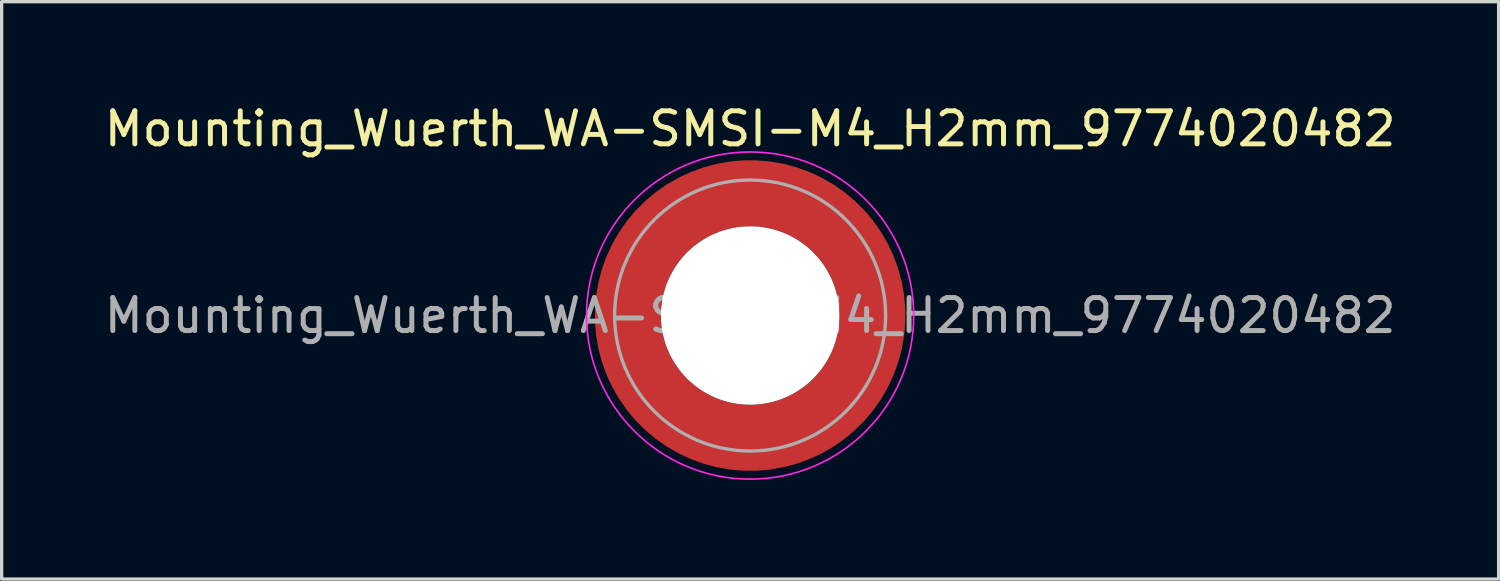
<source format=kicad_pcb>
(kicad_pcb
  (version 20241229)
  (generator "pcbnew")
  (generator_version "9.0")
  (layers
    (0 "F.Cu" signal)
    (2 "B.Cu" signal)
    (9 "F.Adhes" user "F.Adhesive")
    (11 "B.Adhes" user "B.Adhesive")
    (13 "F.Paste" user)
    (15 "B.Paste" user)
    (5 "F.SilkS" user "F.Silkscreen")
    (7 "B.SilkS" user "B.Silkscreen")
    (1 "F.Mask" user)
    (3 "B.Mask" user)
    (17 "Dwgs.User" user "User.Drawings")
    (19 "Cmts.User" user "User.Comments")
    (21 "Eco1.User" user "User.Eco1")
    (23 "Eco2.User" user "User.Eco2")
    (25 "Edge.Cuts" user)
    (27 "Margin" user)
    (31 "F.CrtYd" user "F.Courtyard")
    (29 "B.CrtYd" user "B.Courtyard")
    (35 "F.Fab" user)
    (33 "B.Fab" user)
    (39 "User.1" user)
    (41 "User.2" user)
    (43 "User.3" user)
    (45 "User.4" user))
  (footprint "Mounting_Wuerth_WA-SMSI-M4_H2mm_9774020482"
    (layer "F.Cu")
    (at 19.649 6.498)
    (property "Reference" "Mounting_Wuerth_WA-SMSI-M4_H2mm_9774020482" (at 0 -5.65 0) (layer "F.SilkS") (effects (font (size 1 1) (thickness 0.15))))
    (attr smd allow_soldermask_bridges)
    (fp_circle (center 0 0) (end 4.95 0) (stroke (width 0.05) (type solid)) (fill no) (layer "F.CrtYd"))
    (fp_circle (center 0 0) (end 4.1 0) (stroke (width 0.1) (type solid)) (fill no) (layer "F.Fab"))
    (fp_text user "${REFERENCE}" (at 0 0 0) (layer "F.Fab") (effects (font (size 1 1) (thickness 0.15))))
    (pad "" smd custom (at -2.607 -2.607) (size 0.948 0.948) (layers "F.Paste") (options (anchor circle)) (primitives (gr_arc (start -0.188183 2.107456) (mid 0.599273 0.599273) (end 2.107456 -0.188183) (width 0.2)) (gr_arc (start -0.289416 2.107456) (mid 0.52877 0.52877) (end 2.107456 -0.289416) (width 0.2)) (gr_arc (start -0.390547 2.107456) (mid 0.458268 0.458268) (end 2.107456 -0.390547) (width 0.2)) (gr_arc (start -0.491585 2.107456) (mid 0.387765 0.387765) (end 2.107456 -0.491585) (width 0.2)) (gr_arc (start -0.59254 2.107456) (mid 0.317262 0.317262) (end 2.107456 -0.59254) (width 0.2)) (gr_arc (start -0.693419 2.107456) (mid 0.246759 0.246759) (end 2.107456 -0.693419) (width 0.2)) (gr_arc (start -0.794229 2.107456) (mid 0.176257 0.176257) (end 2.107456 -0.794229) (width 0.2)) (gr_arc (start -0.894975 2.107456) (mid 0.105754 0.105754) (end 2.107456 -0.894975) (width 0.2)) (gr_arc (start -0.995664 2.107456) (mid 0.035251 0.035251) (end 2.107456 -0.995664) (width 0.2)) (gr_arc (start -1.0963 2.107456) (mid -0.035251 -0.035251) (end 2.107456 -1.0963) (width 0.2)) (gr_arc (start -1.196886 2.107456) (mid -0.105754 -0.105754) (end 2.107456 -1.196886) (width 0.2)) (gr_arc (start -1.297427 2.107456) (mid -0.176257 -0.176257) (end 2.107456 -1.297427) (width 0.2)) (gr_arc (start -1.397927 2.107456) (mid -0.246759 -0.246759) (end 2.107456 -1.397927) (width 0.2)) (gr_arc (start -1.498388 2.107456) (mid -0.317262 -0.317262) (end 2.107456 -1.498388) (width 0.2)) (gr_arc (start -1.598813 2.107456) (mid -0.387765 -0.387765) (end 2.107456 -1.598813) (width 0.2)) (gr_arc (start -1.699204 2.107456) (mid -0.458268 -0.458268) (end 2.107456 -1.699204) (width 0.2)) (gr_arc (start -1.799565 2.107456) (mid -0.52877 -0.52877) (end 2.107456 -1.799565) (width 0.2)) (gr_arc (start -1.899896 2.107456) (mid -0.599273 -0.599273) (end 2.107456 -1.899896) (width 0.2)) (gr_arc (start -1.899896 2.107456) (mid -0.599273 -0.599273) (end 2.107456 -1.899896) (width 0.2)) (gr_line (start 2.107 -0.188) (end 2.107 -1.9) (width 0.2)) (gr_line (start -0.188 2.107) (end -1.9 2.107) (width 0.2))))
    (pad "" smd custom (at -2.607 2.607) (size 0.948 0.948) (layers "F.Paste") (options (anchor circle)) (primitives (gr_arc (start 2.107456 0.188183) (mid 0.599273 -0.599273) (end -0.188183 -2.107456) (width 0.2)) (gr_arc (start 2.107456 0.289416) (mid 0.52877 -0.52877) (end -0.289416 -2.107456) (width 0.2)) (gr_arc (start 2.107456 0.390547) (mid 0.458268 -0.458268) (end -0.390547 -2.107456) (width 0.2)) (gr_arc (start 2.107456 0.491585) (mid 0.387765 -0.387765) (end -0.491585 -2.107456) (width 0.2)) (gr_arc (start 2.107456 0.59254) (mid 0.317262 -0.317262) (end -0.59254 -2.107456) (width 0.2)) (gr_arc (start 2.107456 0.693419) (mid 0.246759 -0.246759) (end -0.693419 -2.107456) (width 0.2)) (gr_arc (start 2.107456 0.794229) (mid 0.176257 -0.176257) (end -0.794229 -2.107456) (width 0.2)) (gr_arc (start 2.107456 0.894975) (mid 0.105754 -0.105754) (end -0.894975 -2.107456) (width 0.2)) (gr_arc (start 2.107456 0.995664) (mid 0.035251 -0.035251) (end -0.995664 -2.107456) (width 0.2)) (gr_arc (start 2.107456 1.0963) (mid -0.035251 0.035251) (end -1.0963 -2.107456) (width 0.2)) (gr_arc (start 2.107456 1.196886) (mid -0.105754 0.105754) (end -1.196886 -2.107456) (width 0.2)) (gr_arc (start 2.107456 1.297427) (mid -0.176257 0.176257) (end -1.297427 -2.107456) (width 0.2)) (gr_arc (start 2.107456 1.397927) (mid -0.246759 0.246759) (end -1.397927 -2.107456) (width 0.2)) (gr_arc (start 2.107456 1.498388) (mid -0.317262 0.317262) (end -1.498388 -2.107456) (width 0.2)) (gr_arc (start 2.107456 1.598813) (mid -0.387765 0.387765) (end -1.598813 -2.107456) (width 0.2)) (gr_arc (start 2.107456 1.699204) (mid -0.458268 0.458268) (end -1.699204 -2.107456) (width 0.2)) (gr_arc (start 2.107456 1.799565) (mid -0.52877 0.52877) (end -1.799565 -2.107456) (width 0.2)) (gr_arc (start 2.107456 1.899896) (mid -0.599273 0.599273) (end -1.899896 -2.107456) (width 0.2)) (gr_arc (start 2.107456 1.899896) (mid -0.599273 0.599273) (end -1.899896 -2.107456) (width 0.2)) (gr_line (start -0.188 -2.107) (end -1.9 -2.107) (width 0.2)) (gr_line (start 2.107 0.188) (end 2.107 1.9) (width 0.2))))
    (pad "" np_thru_hole circle (at 0 0) (size 5.4 5.4) (drill 5.4) (layers "*.Cu" "*.Mask"))
    (pad "" smd custom (at 2.607 -2.607) (size 0.948 0.948) (layers "F.Paste") (options (anchor circle)) (primitives (gr_arc (start -2.107456 -0.188183) (mid -0.599273 0.599273) (end 0.188183 2.107456) (width 0.2)) (gr_arc (start -2.107456 -0.289416) (mid -0.52877 0.52877) (end 0.289416 2.107456) (width 0.2)) (gr_arc (start -2.107456 -0.390547) (mid -0.458268 0.458268) (end 0.390547 2.107456) (width 0.2)) (gr_arc (start -2.107456 -0.491585) (mid -0.387765 0.387765) (end 0.491585 2.107456) (width 0.2)) (gr_arc (start -2.107456 -0.59254) (mid -0.317262 0.317262) (end 0.59254 2.107456) (width 0.2)) (gr_arc (start -2.107456 -0.693419) (mid -0.246759 0.246759) (end 0.693419 2.107456) (width 0.2)) (gr_arc (start -2.107456 -0.794229) (mid -0.176257 0.176257) (end 0.794229 2.107456) (width 0.2)) (gr_arc (start -2.107456 -0.894975) (mid -0.105754 0.105754) (end 0.894975 2.107456) (width 0.2)) (gr_arc (start -2.107456 -0.995664) (mid -0.035251 0.035251) (end 0.995664 2.107456) (width 0.2)) (gr_arc (start -2.107456 -1.0963) (mid 0.035251 -0.035251) (end 1.0963 2.107456) (width 0.2)) (gr_arc (start -2.107456 -1.196886) (mid 0.105754 -0.105754) (end 1.196886 2.107456) (width 0.2)) (gr_arc (start -2.107456 -1.297427) (mid 0.176257 -0.176257) (end 1.297427 2.107456) (width 0.2)) (gr_arc (start -2.107456 -1.397927) (mid 0.246759 -0.246759) (end 1.397927 2.107456) (width 0.2)) (gr_arc (start -2.107456 -1.498388) (mid 0.317262 -0.317262) (end 1.498388 2.107456) (width 0.2)) (gr_arc (start -2.107456 -1.598813) (mid 0.387765 -0.387765) (end 1.598813 2.107456) (width 0.2)) (gr_arc (start -2.107456 -1.699204) (mid 0.458268 -0.458268) (end 1.699204 2.107456) (width 0.2)) (gr_arc (start -2.107456 -1.799565) (mid 0.52877 -0.52877) (end 1.799565 2.107456) (width 0.2)) (gr_arc (start -2.107456 -1.899896) (mid 0.599273 -0.599273) (end 1.899896 2.107456) (width 0.2)) (gr_arc (start -2.107456 -1.899896) (mid 0.599273 -0.599273) (end 1.899896 2.107456) (width 0.2)) (gr_line (start 0.188 2.107) (end 1.9 2.107) (width 0.2)) (gr_line (start -2.107 -0.188) (end -2.107 -1.9) (width 0.2))))
    (pad "" smd custom (at 2.607 2.607) (size 0.948 0.948) (layers "F.Paste") (options (anchor circle)) (primitives (gr_arc (start 0.188183 -2.107456) (mid -0.599273 -0.599273) (end -2.107456 0.188183) (width 0.2)) (gr_arc (start 0.289416 -2.107456) (mid -0.52877 -0.52877) (end -2.107456 0.289416) (width 0.2)) (gr_arc (start 0.390547 -2.107456) (mid -0.458268 -0.458268) (end -2.107456 0.390547) (width 0.2)) (gr_arc (start 0.491585 -2.107456) (mid -0.387765 -0.387765) (end -2.107456 0.491585) (width 0.2)) (gr_arc (start 0.59254 -2.107456) (mid -0.317262 -0.317262) (end -2.107456 0.59254) (width 0.2)) (gr_arc (start 0.693419 -2.107456) (mid -0.246759 -0.246759) (end -2.107456 0.693419) (width 0.2)) (gr_arc (start 0.794229 -2.107456) (mid -0.176257 -0.176257) (end -2.107456 0.794229) (width 0.2)) (gr_arc (start 0.894975 -2.107456) (mid -0.105754 -0.105754) (end -2.107456 0.894975) (width 0.2)) (gr_arc (start 0.995664 -2.107456) (mid -0.035251 -0.035251) (end -2.107456 0.995664) (width 0.2)) (gr_arc (start 1.0963 -2.107456) (mid 0.035251 0.035251) (end -2.107456 1.0963) (width 0.2)) (gr_arc (start 1.196886 -2.107456) (mid 0.105754 0.105754) (end -2.107456 1.196886) (width 0.2)) (gr_arc (start 1.297427 -2.107456) (mid 0.176257 0.176257) (end -2.107456 1.297427) (width 0.2)) (gr_arc (start 1.397927 -2.107456) (mid 0.246759 0.246759) (end -2.107456 1.397927) (width 0.2)) (gr_arc (start 1.498388 -2.107456) (mid 0.317262 0.317262) (end -2.107456 1.498388) (width 0.2)) (gr_arc (start 1.598813 -2.107456) (mid 0.387765 0.387765) (end -2.107456 1.598813) (width 0.2)) (gr_arc (start 1.699204 -2.107456) (mid 0.458268 0.458268) (end -2.107456 1.699204) (width 0.2)) (gr_arc (start 1.799565 -2.107456) (mid 0.52877 0.52877) (end -2.107456 1.799565) (width 0.2)) (gr_arc (start 1.899896 -2.107456) (mid 0.599273 0.599273) (end -2.107456 1.899896) (width 0.2)) (gr_arc (start 1.899896 -2.107456) (mid 0.599273 0.599273) (end -2.107456 1.899896) (width 0.2)) (gr_line (start -2.107 0.188) (end -2.107 1.9) (width 0.2)) (gr_line (start 0.188 -2.107) (end 1.9 -2.107) (width 0.2))))
    (pad "1" smd circle (at -3.7 0) (size 1.492 1.492) (layers "F.Cu"))
    (pad "1" smd circle (at 0 -3.7) (size 1.492 1.492) (layers "F.Cu"))
    (pad "1" smd circle (at 0 3.7) (size 1.492 1.492) (layers "F.Cu"))
    (pad "1" smd custom (at 3.7 0) (size 2 2) (layers "F.Cu" "F.Mask") (options (anchor circle)) (primitives (gr_circle (center -3.7 0) (end 0 0) (width 2) (fill no)))))
  (gr_rect
    (start -3 -3)
    (end 42.298 14.473)
    (stroke (width 0.1) (type default))
    (fill no)
    (layer "Edge.Cuts")))
</source>
